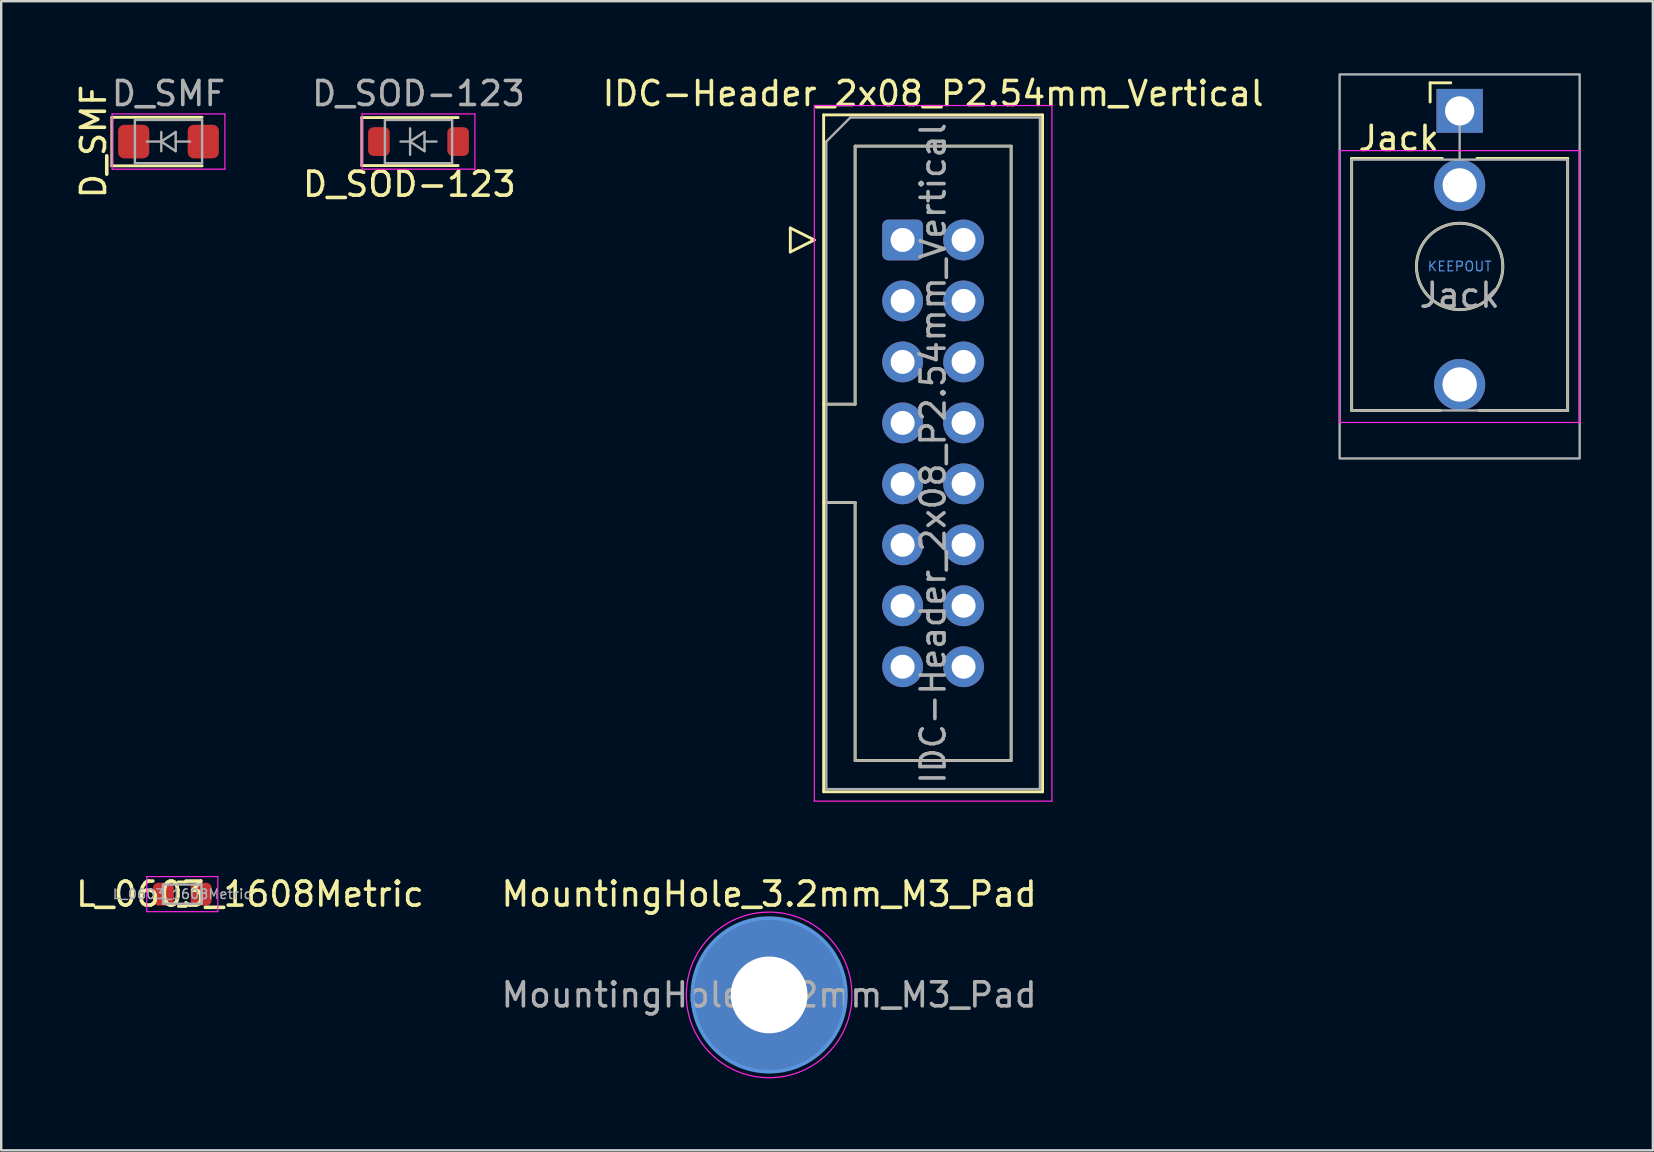
<source format=kicad_pcb>
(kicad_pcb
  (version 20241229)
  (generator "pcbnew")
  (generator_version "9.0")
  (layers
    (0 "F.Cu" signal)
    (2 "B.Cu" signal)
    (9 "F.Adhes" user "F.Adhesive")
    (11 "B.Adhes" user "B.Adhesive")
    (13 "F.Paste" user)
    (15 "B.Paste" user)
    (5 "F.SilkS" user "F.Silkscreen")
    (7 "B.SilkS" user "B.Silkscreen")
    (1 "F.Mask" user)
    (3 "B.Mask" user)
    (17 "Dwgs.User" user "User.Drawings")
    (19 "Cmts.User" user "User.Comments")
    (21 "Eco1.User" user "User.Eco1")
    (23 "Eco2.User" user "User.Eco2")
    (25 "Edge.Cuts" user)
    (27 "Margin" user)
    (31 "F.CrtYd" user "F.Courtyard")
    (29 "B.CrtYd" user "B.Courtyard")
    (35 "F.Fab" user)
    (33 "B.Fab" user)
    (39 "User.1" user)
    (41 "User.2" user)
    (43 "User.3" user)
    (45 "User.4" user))
  (footprint "Jack"
    (layer "F.Cu")
    (at 57.763 8.05)
    (property "Reference" "Jack" (at -2.54 -5.334 0) (layer "F.SilkS") (effects (font (size 1 1) (thickness 0.15))))
    (attr through_hole)
    (fp_line (start -4.5 -4.5) (end -4.5 6) (stroke (width 0.12) (type solid)) (layer "F.SilkS"))
    (fp_line (start -1.23 -7.65) (end -1.23 -6.85) (stroke (width 0.12) (type solid)) (layer "F.SilkS"))
    (fp_line (start -1.23 -7.65) (end -0.37 -7.65) (stroke (width 0.12) (type solid)) (layer "F.SilkS"))
    (fp_line (start -0.8 6) (end -4.5 6) (stroke (width 0.12) (type solid)) (layer "F.SilkS"))
    (fp_line (start -0.72 -4.5) (end -4.5 -4.5) (stroke (width 0.12) (type solid)) (layer "F.SilkS"))
    (fp_line (start 4.5 -4.5) (end 0.72 -4.5) (stroke (width 0.12) (type solid)) (layer "F.SilkS"))
    (fp_line (start 4.5 -4.5) (end 4.5 6) (stroke (width 0.12) (type solid)) (layer "F.SilkS"))
    (fp_line (start 4.5 6) (end 0.8 6) (stroke (width 0.12) (type solid)) (layer "F.SilkS"))
    (fp_circle (center 0 0) (end 1.8 0) (stroke (width 0.12) (type solid)) (fill no) (layer "F.SilkS"))
    (fp_line (start -5 6.5) (end -5 -4.826) (stroke (width 0.05) (type solid)) (layer "F.CrtYd"))
    (fp_line (start 5 -4.826) (end -5 -4.826) (stroke (width 0.05) (type solid)) (layer "F.CrtYd"))
    (fp_line (start 5 6.5) (end -5 6.5) (stroke (width 0.05) (type solid)) (layer "F.CrtYd"))
    (fp_line (start 5 6.5) (end 5 -4.826) (stroke (width 0.05) (type solid)) (layer "F.CrtYd"))
    (fp_line (start -4.5 6) (end -4.5 -4.4) (stroke (width 0.1) (type solid)) (layer "F.Fab"))
    (fp_line (start 0 -6.48) (end 0 -4.45) (stroke (width 0.1) (type solid)) (layer "F.Fab"))
    (fp_line (start 4.5 -4.45) (end -4.5 -4.45) (stroke (width 0.1) (type solid)) (layer "F.Fab"))
    (fp_line (start 4.5 6) (end -4.5 6) (stroke (width 0.1) (type solid)) (layer "F.Fab"))
    (fp_line (start 4.5 6) (end 4.5 -4.4) (stroke (width 0.1) (type solid)) (layer "F.Fab"))
    (fp_rect (start -5 -8) (end 5 8) (stroke (width 0.1) (type default)) (fill no) (layer "F.Fab"))
    (fp_circle (center 0 0) (end 1.8 0) (stroke (width 0.1) (type solid)) (fill no) (layer "F.Fab"))
    (fp_text user "KEEPOUT" (at 0 0 0) (layer "Cmts.User") (effects (font (size 0.4 0.4) (thickness 0.051))))
    (fp_text user "${REFERENCE}" (at 0 1.2 0) (layer "F.Fab") (effects (font (size 1 1) (thickness 0.15))))
    (pad "S" thru_hole rect (at 0 -6.48 180) (size 1.93 1.83) (drill 1.22) (layers "*.Cu" "*.Mask"))
    (pad "T" thru_hole circle (at 0 4.92 180) (size 2.13 2.13) (drill 1.43) (layers "*.Cu" "*.Mask"))
    (pad "TN" thru_hole circle (at 0 -3.38 180) (size 2.13 2.13) (drill 1.42) (layers "*.Cu" "*.Mask"))
    (zone (net_name "") (layer "F.Cu") (hatch full 0.508) (connect_pads) (min_thickness 0.254) (filled_areas_thickness no) (keepout (tracks not_allowed) (vias not_allowed) (pads not_allowed) (copperpour not_allowed) (footprints not_allowed)) (placement (enabled no)) (fill) (polygon (pts (xy 59.268 8.05) (xy 59.248 7.804) (xy 59.188 7.565) (xy 59.09 7.339) (xy 58.956 7.132) (xy 58.79 6.949) (xy 58.596 6.796) (xy 58.38 6.677) (xy 58.148 6.595) (xy 57.905 6.552) (xy 57.658 6.549) (xy 57.415 6.586) (xy 57.18 6.662) (xy 56.961 6.776) (xy 56.764 6.924) (xy 56.594 7.103) (xy 56.455 7.307) (xy 56.351 7.53) (xy 56.285 7.768) (xy 56.259 8.013) (xy 56.273 8.259) (xy 56.327 8.5) (xy 56.42 8.729) (xy 56.549 8.939) (xy 56.71 9.125) (xy 56.9 9.283) (xy 57.113 9.407) (xy 57.343 9.495) (xy 57.585 9.545) (xy 57.832 9.554) (xy 58.076 9.522) (xy 58.313 9.451) (xy 58.534 9.343) (xy 58.735 9.2) (xy 58.91 9.026) (xy 59.054 8.825) (xy 59.163 8.604) (xy 59.234 8.368) (xy 59.267 8.124)))))
  (footprint "D_SOD-123"
    (layer "F.Cu")
    (at 14.386 2.848)
    (property "Reference" "D_SOD-123" (at -0.38 1.778 180) (layer "F.SilkS") (effects (font (size 1 1) (thickness 0.15))))
    (attr smd)
    (fp_line (start -2.36 -1) (end -2.36 1) (stroke (width 0.12) (type solid)) (layer "F.SilkS"))
    (fp_line (start -2.36 -1) (end 1.65 -1) (stroke (width 0.12) (type solid)) (layer "F.SilkS"))
    (fp_line (start -2.36 1) (end 1.65 1) (stroke (width 0.12) (type solid)) (layer "F.SilkS"))
    (fp_line (start -2.35 -1.15) (end -2.35 1.15) (stroke (width 0.05) (type solid)) (layer "F.CrtYd"))
    (fp_line (start -2.35 -1.15) (end 2.35 -1.15) (stroke (width 0.05) (type solid)) (layer "F.CrtYd"))
    (fp_line (start 2.35 -1.15) (end 2.35 1.15) (stroke (width 0.05) (type solid)) (layer "F.CrtYd"))
    (fp_line (start 2.35 1.15) (end -2.35 1.15) (stroke (width 0.05) (type solid)) (layer "F.CrtYd"))
    (fp_line (start -1.4 -0.9) (end 1.4 -0.9) (stroke (width 0.1) (type solid)) (layer "F.Fab"))
    (fp_line (start -1.4 0.9) (end -1.4 -0.9) (stroke (width 0.1) (type solid)) (layer "F.Fab"))
    (fp_line (start -0.75 0) (end -0.35 0) (stroke (width 0.1) (type solid)) (layer "F.Fab"))
    (fp_line (start -0.35 0) (end -0.35 -0.55) (stroke (width 0.1) (type solid)) (layer "F.Fab"))
    (fp_line (start -0.35 0) (end -0.35 0.55) (stroke (width 0.1) (type solid)) (layer "F.Fab"))
    (fp_line (start -0.35 0) (end 0.25 -0.4) (stroke (width 0.1) (type solid)) (layer "F.Fab"))
    (fp_line (start 0.25 -0.4) (end 0.25 0.4) (stroke (width 0.1) (type solid)) (layer "F.Fab"))
    (fp_line (start 0.25 0) (end 0.75 0) (stroke (width 0.1) (type solid)) (layer "F.Fab"))
    (fp_line (start 0.25 0.4) (end -0.35 0) (stroke (width 0.1) (type solid)) (layer "F.Fab"))
    (fp_line (start 1.4 -0.9) (end 1.4 0.9) (stroke (width 0.1) (type solid)) (layer "F.Fab"))
    (fp_line (start 1.4 0.9) (end -1.4 0.9) (stroke (width 0.1) (type solid)) (layer "F.Fab"))
    (fp_text user "${REFERENCE}" (at 0 -2 180) (layer "F.Fab") (effects (font (size 1 1) (thickness 0.15))))
    (pad "1" smd roundrect (at -1.65 0) (size 0.9 1.2) (layers "F.Cu" "F.Mask" "F.Paste") (roundrect_rratio 0.25))
    (pad "2" smd roundrect (at 1.65 0) (size 0.9 1.2) (layers "F.Cu" "F.Mask" "F.Paste") (roundrect_rratio 0.25)))
  (footprint "IDC-Header_2x08_P2.54mm_Vertical"
    (layer "F.Cu")
    (at 34.556 6.948)
    (property "Reference" "IDC-Header_2x08_P2.54mm_Vertical" (at 1.27 -6.1 180) (layer "F.SilkS") (effects (font (size 1 1) (thickness 0.15))))
    (attr through_hole)
    (fp_line (start -4.68 -0.5) (end -4.68 0.5) (stroke (width 0.12) (type solid)) (layer "F.SilkS"))
    (fp_line (start -4.68 0.5) (end -3.68 0) (stroke (width 0.12) (type solid)) (layer "F.SilkS"))
    (fp_line (start -3.68 0) (end -4.68 -0.5) (stroke (width 0.12) (type solid)) (layer "F.SilkS"))
    (fp_line (start -3.29 -5.21) (end 5.83 -5.21) (stroke (width 0.12) (type solid)) (layer "F.SilkS"))
    (fp_line (start -3.29 6.84) (end -1.98 6.84) (stroke (width 0.12) (type solid)) (layer "F.SilkS"))
    (fp_line (start -3.29 22.99) (end -3.29 -5.21) (stroke (width 0.12) (type solid)) (layer "F.SilkS"))
    (fp_line (start -1.98 -3.91) (end 4.52 -3.91) (stroke (width 0.12) (type solid)) (layer "F.SilkS"))
    (fp_line (start -1.98 6.84) (end -1.98 -3.91) (stroke (width 0.12) (type solid)) (layer "F.SilkS"))
    (fp_line (start -1.98 10.94) (end -3.29 10.94) (stroke (width 0.12) (type solid)) (layer "F.SilkS"))
    (fp_line (start -1.98 10.94) (end -1.98 10.94) (stroke (width 0.12) (type solid)) (layer "F.SilkS"))
    (fp_line (start -1.98 21.69) (end -1.98 10.94) (stroke (width 0.12) (type solid)) (layer "F.SilkS"))
    (fp_line (start 4.52 -3.91) (end 4.52 21.69) (stroke (width 0.12) (type solid)) (layer "F.SilkS"))
    (fp_line (start 4.52 21.69) (end -1.98 21.69) (stroke (width 0.12) (type solid)) (layer "F.SilkS"))
    (fp_line (start 5.83 -5.21) (end 5.83 22.99) (stroke (width 0.12) (type solid)) (layer "F.SilkS"))
    (fp_line (start 5.83 22.99) (end -3.29 22.99) (stroke (width 0.12) (type solid)) (layer "F.SilkS"))
    (fp_line (start -3.68 -5.6) (end -3.68 23.38) (stroke (width 0.05) (type solid)) (layer "F.CrtYd"))
    (fp_line (start -3.68 23.38) (end 6.22 23.38) (stroke (width 0.05) (type solid)) (layer "F.CrtYd"))
    (fp_line (start 6.22 -5.6) (end -3.68 -5.6) (stroke (width 0.05) (type solid)) (layer "F.CrtYd"))
    (fp_line (start 6.22 23.38) (end 6.22 -5.6) (stroke (width 0.05) (type solid)) (layer "F.CrtYd"))
    (fp_line (start -3.18 -4.1) (end -2.18 -5.1) (stroke (width 0.1) (type solid)) (layer "F.Fab"))
    (fp_line (start -3.18 6.84) (end -1.98 6.84) (stroke (width 0.1) (type solid)) (layer "F.Fab"))
    (fp_line (start -3.18 22.88) (end -3.18 -4.1) (stroke (width 0.1) (type solid)) (layer "F.Fab"))
    (fp_line (start -2.18 -5.1) (end 5.72 -5.1) (stroke (width 0.1) (type solid)) (layer "F.Fab"))
    (fp_line (start -1.98 -3.91) (end 4.52 -3.91) (stroke (width 0.1) (type solid)) (layer "F.Fab"))
    (fp_line (start -1.98 6.84) (end -1.98 -3.91) (stroke (width 0.1) (type solid)) (layer "F.Fab"))
    (fp_line (start -1.98 10.94) (end -3.18 10.94) (stroke (width 0.1) (type solid)) (layer "F.Fab"))
    (fp_line (start -1.98 10.94) (end -1.98 10.94) (stroke (width 0.1) (type solid)) (layer "F.Fab"))
    (fp_line (start -1.98 21.69) (end -1.98 10.94) (stroke (width 0.1) (type solid)) (layer "F.Fab"))
    (fp_line (start 4.52 -3.91) (end 4.52 21.69) (stroke (width 0.1) (type solid)) (layer "F.Fab"))
    (fp_line (start 4.52 21.69) (end -1.98 21.69) (stroke (width 0.1) (type solid)) (layer "F.Fab"))
    (fp_line (start 5.72 -5.1) (end 5.72 22.88) (stroke (width 0.1) (type solid)) (layer "F.Fab"))
    (fp_line (start 5.72 22.88) (end -3.18 22.88) (stroke (width 0.1) (type solid)) (layer "F.Fab"))
    (fp_text user "${REFERENCE}" (at 1.27 8.89 270) (layer "F.Fab") (effects (font (size 1 1) (thickness 0.15))))
    (pad "1" thru_hole roundrect (at 0 0) (size 1.7 1.7) (drill 1) (layers "*.Cu" "*.Mask") (roundrect_rratio 0.147))
    (pad "2" thru_hole circle (at 2.54 0) (size 1.7 1.7) (drill 1) (layers "*.Cu" "*.Mask"))
    (pad "3" thru_hole circle (at 0 2.54) (size 1.7 1.7) (drill 1) (layers "*.Cu" "*.Mask"))
    (pad "4" thru_hole circle (at 2.54 2.54) (size 1.7 1.7) (drill 1) (layers "*.Cu" "*.Mask"))
    (pad "5" thru_hole circle (at 0 5.08) (size 1.7 1.7) (drill 1) (layers "*.Cu" "*.Mask"))
    (pad "6" thru_hole circle (at 2.54 5.08) (size 1.7 1.7) (drill 1) (layers "*.Cu" "*.Mask"))
    (pad "7" thru_hole circle (at 0 7.62) (size 1.7 1.7) (drill 1) (layers "*.Cu" "*.Mask"))
    (pad "8" thru_hole circle (at 2.54 7.62) (size 1.7 1.7) (drill 1) (layers "*.Cu" "*.Mask"))
    (pad "9" thru_hole circle (at 0 10.16) (size 1.7 1.7) (drill 1) (layers "*.Cu" "*.Mask"))
    (pad "10" thru_hole circle (at 2.54 10.16) (size 1.7 1.7) (drill 1) (layers "*.Cu" "*.Mask"))
    (pad "11" thru_hole circle (at 0 12.7) (size 1.7 1.7) (drill 1) (layers "*.Cu" "*.Mask"))
    (pad "12" thru_hole circle (at 2.54 12.7) (size 1.7 1.7) (drill 1) (layers "*.Cu" "*.Mask"))
    (pad "13" thru_hole circle (at 0 15.24) (size 1.7 1.7) (drill 1) (layers "*.Cu" "*.Mask"))
    (pad "14" thru_hole circle (at 2.54 15.24) (size 1.7 1.7) (drill 1) (layers "*.Cu" "*.Mask"))
    (pad "15" thru_hole circle (at 0 17.78) (size 1.7 1.7) (drill 1) (layers "*.Cu" "*.Mask"))
    (pad "16" thru_hole circle (at 2.54 17.78) (size 1.7 1.7) (drill 1) (layers "*.Cu" "*.Mask")))
  (footprint "D_SMF"
    (layer "F.Cu")
    (at 3.97 2.848)
    (property "Reference" "D_SMF" (at -3.122 0 90) (layer "F.SilkS") (effects (font (size 1 1) (thickness 0.15))))
    (attr smd)
    (fp_line (start -2.36 -1.01) (end -2.36 1.01) (stroke (width 0.12) (type solid)) (layer "F.SilkS"))
    (fp_line (start -2.36 -1.01) (end 1.4 -1.01) (stroke (width 0.12) (type solid)) (layer "F.SilkS"))
    (fp_line (start -2.36 1.01) (end 1.4 1.01) (stroke (width 0.12) (type solid)) (layer "F.SilkS"))
    (fp_line (start -2.35 -1.15) (end 2.35 -1.15) (stroke (width 0.05) (type solid)) (layer "F.CrtYd"))
    (fp_line (start -2.35 1.15) (end -2.35 -1.15) (stroke (width 0.05) (type solid)) (layer "F.CrtYd"))
    (fp_line (start 2.35 -1.15) (end 2.35 1.15) (stroke (width 0.05) (type solid)) (layer "F.CrtYd"))
    (fp_line (start 2.35 1.15) (end -2.35 1.15) (stroke (width 0.05) (type solid)) (layer "F.CrtYd"))
    (fp_line (start -1.4 0.9) (end -1.4 -0.9) (stroke (width 0.1) (type solid)) (layer "F.Fab"))
    (fp_line (start -0.3 -0.4) (end -0.3 0.4) (stroke (width 0.1) (type solid)) (layer "F.Fab"))
    (fp_line (start -0.3 0) (end -0.9 0) (stroke (width 0.1) (type solid)) (layer "F.Fab"))
    (fp_line (start -0.3 0) (end 0.3 -0.4) (stroke (width 0.1) (type solid)) (layer "F.Fab"))
    (fp_line (start -0.3 0.001) (end 0.3 0.4) (stroke (width 0.1) (type solid)) (layer "F.Fab"))
    (fp_line (start 0.3 0) (end 0.9 0) (stroke (width 0.1) (type solid)) (layer "F.Fab"))
    (fp_line (start 0.3 0.4) (end 0.3 -0.4) (stroke (width 0.1) (type solid)) (layer "F.Fab"))
    (fp_line (start 1.4 -0.9) (end -1.4 -0.9) (stroke (width 0.1) (type solid)) (layer "F.Fab"))
    (fp_line (start 1.4 -0.9) (end 1.4 0.9) (stroke (width 0.1) (type solid)) (layer "F.Fab"))
    (fp_line (start 1.4 0.9) (end -1.4 0.9) (stroke (width 0.1) (type solid)) (layer "F.Fab"))
    (fp_text user "${REFERENCE}" (at 0 -2 0) (layer "F.Fab") (effects (font (size 1 1) (thickness 0.15))))
    (pad "1" smd roundrect (at -1.45 0) (size 1.3 1.4) (layers "F.Cu" "F.Mask" "F.Paste") (roundrect_rratio 0.192))
    (pad "2" smd roundrect (at 1.45 0) (size 1.3 1.4) (layers "F.Cu" "F.Mask" "F.Paste") (roundrect_rratio 0.192)))
  (footprint "MountingHole_3.2mm_M3_Pad"
    (layer "F.Cu")
    (at 28.994 38.401)
    (property "Reference" "MountingHole_3.2mm_M3_Pad" (at 0 -4.2 0) (layer "F.SilkS") (effects (font (size 1 1) (thickness 0.15))))
    (attr exclude_from_pos_files exclude_from_bom)
    (fp_circle (center 0 0) (end 3.2 0) (stroke (width 0.15) (type solid)) (fill no) (layer "Cmts.User"))
    (fp_circle (center 0 0) (end 3.45 0) (stroke (width 0.05) (type solid)) (fill no) (layer "F.CrtYd"))
    (fp_text user "${REFERENCE}" (at 0 0 0) (layer "F.Fab") (effects (font (size 1 1) (thickness 0.15))))
    (pad "1" thru_hole circle (at 0 0) (size 6.4 6.4) (drill 3.2) (layers "*.Cu" "*.Mask")))
  (footprint "L_0603_1608Metric"
    (layer "F.Cu")
    (at 4.544 34.202)
    (property "Reference" "L_0603_1608Metric" (at 2.82 0 180) (layer "F.SilkS") (effects (font (size 1 1) (thickness 0.15))))
    (attr smd)
    (fp_line (start -0.163 -0.51) (end 0.163 -0.51) (stroke (width 0.12) (type solid)) (layer "F.SilkS"))
    (fp_line (start -0.163 0.51) (end 0.163 0.51) (stroke (width 0.12) (type solid)) (layer "F.SilkS"))
    (fp_line (start -1.48 -0.73) (end 1.48 -0.73) (stroke (width 0.05) (type solid)) (layer "F.CrtYd"))
    (fp_line (start -1.48 0.73) (end -1.48 -0.73) (stroke (width 0.05) (type solid)) (layer "F.CrtYd"))
    (fp_line (start 1.48 -0.73) (end 1.48 0.73) (stroke (width 0.05) (type solid)) (layer "F.CrtYd"))
    (fp_line (start 1.48 0.73) (end -1.48 0.73) (stroke (width 0.05) (type solid)) (layer "F.CrtYd"))
    (fp_line (start -0.8 -0.4) (end 0.8 -0.4) (stroke (width 0.1) (type solid)) (layer "F.Fab"))
    (fp_line (start -0.8 0.4) (end -0.8 -0.4) (stroke (width 0.1) (type solid)) (layer "F.Fab"))
    (fp_line (start 0.8 -0.4) (end 0.8 0.4) (stroke (width 0.1) (type solid)) (layer "F.Fab"))
    (fp_line (start 0.8 0.4) (end -0.8 0.4) (stroke (width 0.1) (type solid)) (layer "F.Fab"))
    (fp_text user "${REFERENCE}" (at 0 0 180) (layer "F.Fab") (effects (font (size 0.4 0.4) (thickness 0.06))))
    (pad "1" smd roundrect (at -0.787 0) (size 0.875 0.95) (layers "F.Cu" "F.Mask" "F.Paste") (roundrect_rratio 0.25))
    (pad "2" smd roundrect (at 0.787 0) (size 0.875 0.95) (layers "F.Cu" "F.Mask" "F.Paste") (roundrect_rratio 0.25)))
  (gr_rect
    (start -3 -3)
    (end 65.813 44.877)
    (stroke (width 0.1) (type default))
    (fill no)
    (layer "Edge.Cuts")))
</source>
